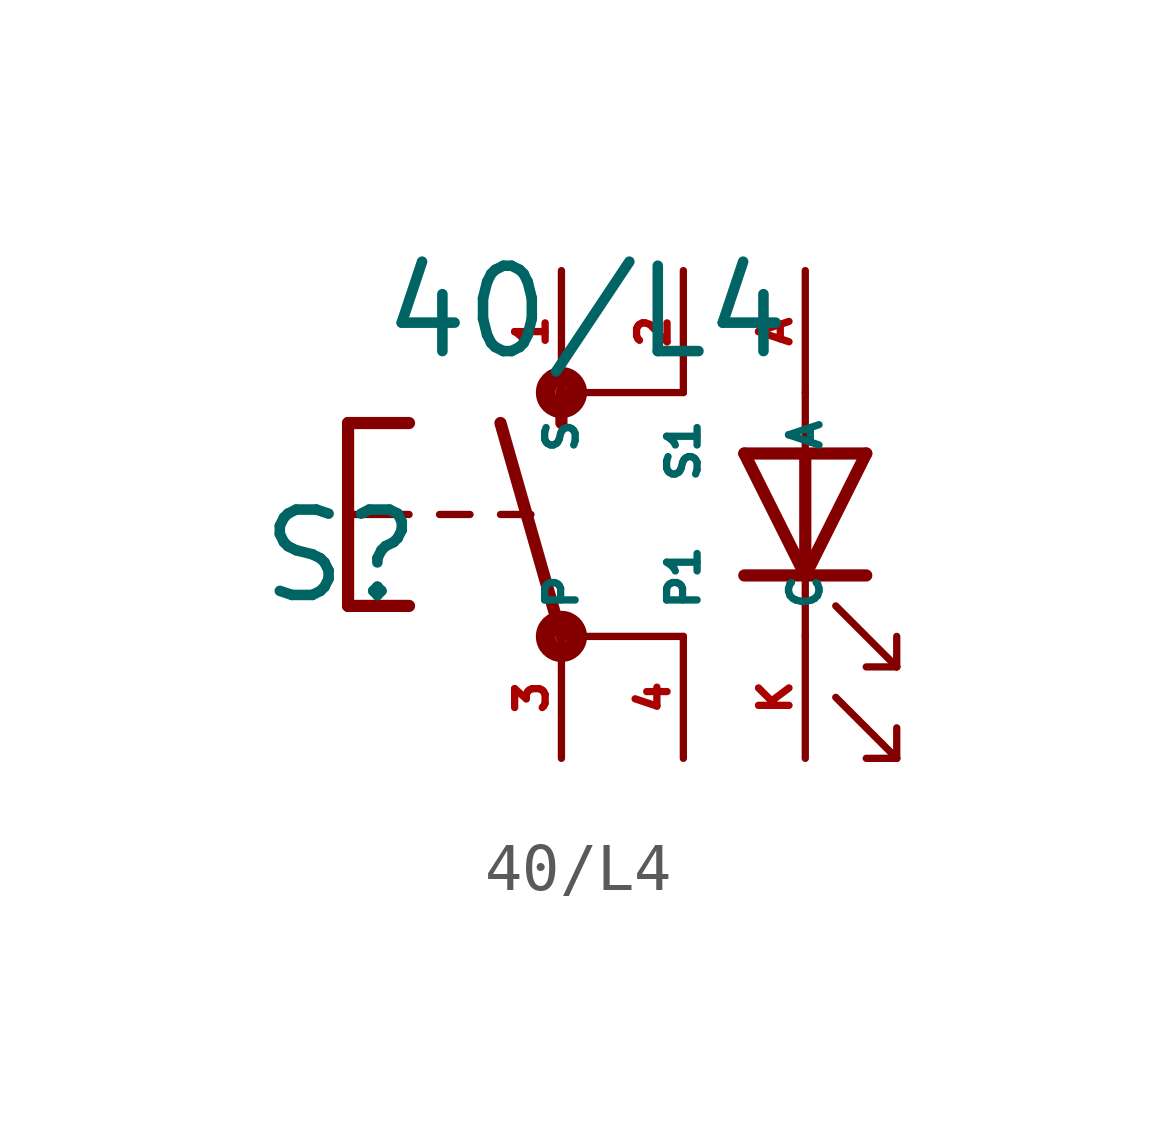
<source format=kicad_sym>
(kicad_symbol_lib
  (version 20220914)
  (generator Eagle2Kicad)
  (symbol "40/L4"
    (property "Reference" "S"
      (at -8.89 -1.905 0)
      (effects (font (size 1.778 1.778) (thickness 0.22)) (justify left bottom)))
    (property "Value" "40/L4"
      (at -6.35 3.175 0)
      (effects (font (size 1.778 1.778) (thickness 0.22)) (justify left bottom)))
    (polyline
      (pts (xy 3.81 1.27) (xy 2.54 -1.27))
      (stroke (width 0.254) (type default))
      (fill (type none)))
    (polyline
      (pts (xy 2.54 -1.27) (xy 2.54 -2.54))
      (stroke (width 0.152) (type default))
      (fill (type none)))
    (polyline
      (pts (xy 2.54 -1.27) (xy 1.27 1.27))
      (stroke (width 0.254) (type default))
      (fill (type none)))
    (polyline
      (pts (xy 3.81 -1.27) (xy 2.54 -1.27))
      (stroke (width 0.254) (type default))
      (fill (type none)))
    (polyline
      (pts (xy 2.54 -1.27) (xy 1.27 -1.27))
      (stroke (width 0.254) (type default))
      (fill (type none)))
    (polyline
      (pts (xy 3.175 -1.905) (xy 4.445 -3.175))
      (stroke (width 0.152) (type default))
      (fill (type none)))
    (polyline
      (pts (xy 4.445 -3.175) (xy 4.445 -2.54))
      (stroke (width 0.152) (type default))
      (fill (type none)))
    (polyline
      (pts (xy 4.445 -3.175) (xy 3.81 -3.175))
      (stroke (width 0.152) (type default))
      (fill (type none)))
    (polyline
      (pts (xy 3.175 -3.81) (xy 4.445 -5.08))
      (stroke (width 0.152) (type default))
      (fill (type none)))
    (polyline
      (pts (xy 4.445 -5.08) (xy 4.445 -4.445))
      (stroke (width 0.152) (type default))
      (fill (type none)))
    (polyline
      (pts (xy 4.445 -5.08) (xy 3.81 -5.08))
      (stroke (width 0.152) (type default))
      (fill (type none)))
    (polyline
      (pts (xy 3.81 1.27) (xy 2.54 1.27))
      (stroke (width 0.254) (type default))
      (fill (type none)))
    (polyline
      (pts (xy 2.54 2.54) (xy 2.54 1.27))
      (stroke (width 0.152) (type default))
      (fill (type none)))
    (polyline
      (pts (xy 2.54 1.27) (xy 1.27 1.27))
      (stroke (width 0.254) (type default))
      (fill (type none)))
    (polyline
      (pts (xy 2.54 1.27) (xy 2.54 -1.27))
      (stroke (width 0.254) (type default))
      (fill (type none)))
    (polyline
      (pts (xy -2.54 1.905) (xy -2.54 2.54))
      (stroke (width 0.254) (type default))
      (fill (type none)))
    (polyline
      (pts (xy -6.985 1.905) (xy -5.715 1.905))
      (stroke (width 0.254) (type default))
      (fill (type none)))
    (polyline
      (pts (xy -6.985 -1.905) (xy -5.715 -1.905))
      (stroke (width 0.254) (type default))
      (fill (type none)))
    (polyline
      (pts (xy -6.985 1.905) (xy -6.985 0))
      (stroke (width 0.254) (type default))
      (fill (type none)))
    (polyline
      (pts (xy -6.985 0) (xy -6.985 -1.905))
      (stroke (width 0.254) (type default))
      (fill (type none)))
    (polyline
      (pts (xy -5.08 0) (xy -4.445 0))
      (stroke (width 0.152) (type default))
      (fill (type none)))
    (polyline
      (pts (xy -3.81 0) (xy -3.175 0))
      (stroke (width 0.152) (type default))
      (fill (type none)))
    (polyline
      (pts (xy -6.985 0) (xy -5.715 0))
      (stroke (width 0.152) (type default))
      (fill (type none)))
    (polyline
      (pts (xy -2.54 -2.54) (xy 0 -2.54))
      (stroke (width 0.152) (type default))
      (fill (type none)))
    (polyline
      (pts (xy -2.54 2.54) (xy 0 2.54))
      (stroke (width 0.152) (type default))
      (fill (type none)))
    (polyline
      (pts (xy -2.54 -2.54) (xy -3.81 1.905))
      (stroke (width 0.254) (type default))
      (fill (type none)))
    (circle
      (center -2.54 2.54)
      (radius 0.127)
      (stroke (width 0.406) (type default))
      (fill (type none)))
    (circle
      (center -2.54 -2.54)
      (radius 0.127)
      (stroke (width 0.406) (type default))
      (fill (type none)))
    (pin passive line
      (at 2.54 -5.08 90)
      (length 2.54)
      (name "C" (effects (font (size 0.635 0.635) (thickness 0.08)) (justify left bottom)))
      (number "K" (effects (font (size 0.635 0.635) (thickness 0.08)) (justify left bottom))))
    (pin passive line
      (at 2.54 5.08 270)
      (length 2.54)
      (name "A" (effects (font (size 0.635 0.635) (thickness 0.08)) (justify left bottom)))
      (number "A" (effects (font (size 0.635 0.635) (thickness 0.08)) (justify left bottom))))
    (pin passive line
      (at -2.54 -5.08 90)
      (length 2.54)
      (name "P" (effects (font (size 0.635 0.635) (thickness 0.08)) (justify left bottom)))
      (number "3" (effects (font (size 0.635 0.635) (thickness 0.08)) (justify left bottom))))
    (pin passive line
      (at -2.54 5.08 270)
      (length 2.54)
      (name "S" (effects (font (size 0.635 0.635) (thickness 0.08)) (justify left bottom)))
      (number "1" (effects (font (size 0.635 0.635) (thickness 0.08)) (justify left bottom))))
    (pin passive line
      (at 0 5.08 270)
      (length 2.54)
      (name "S1" (effects (font (size 0.635 0.635) (thickness 0.08)) (justify left bottom)))
      (number "2" (effects (font (size 0.635 0.635) (thickness 0.08)) (justify left bottom))))
    (pin passive line
      (at 0 -5.08 90)
      (length 2.54)
      (name "P1" (effects (font (size 0.635 0.635) (thickness 0.08)) (justify left bottom)))
      (number "4" (effects (font (size 0.635 0.635) (thickness 0.08)) (justify left bottom))))))
</source>
